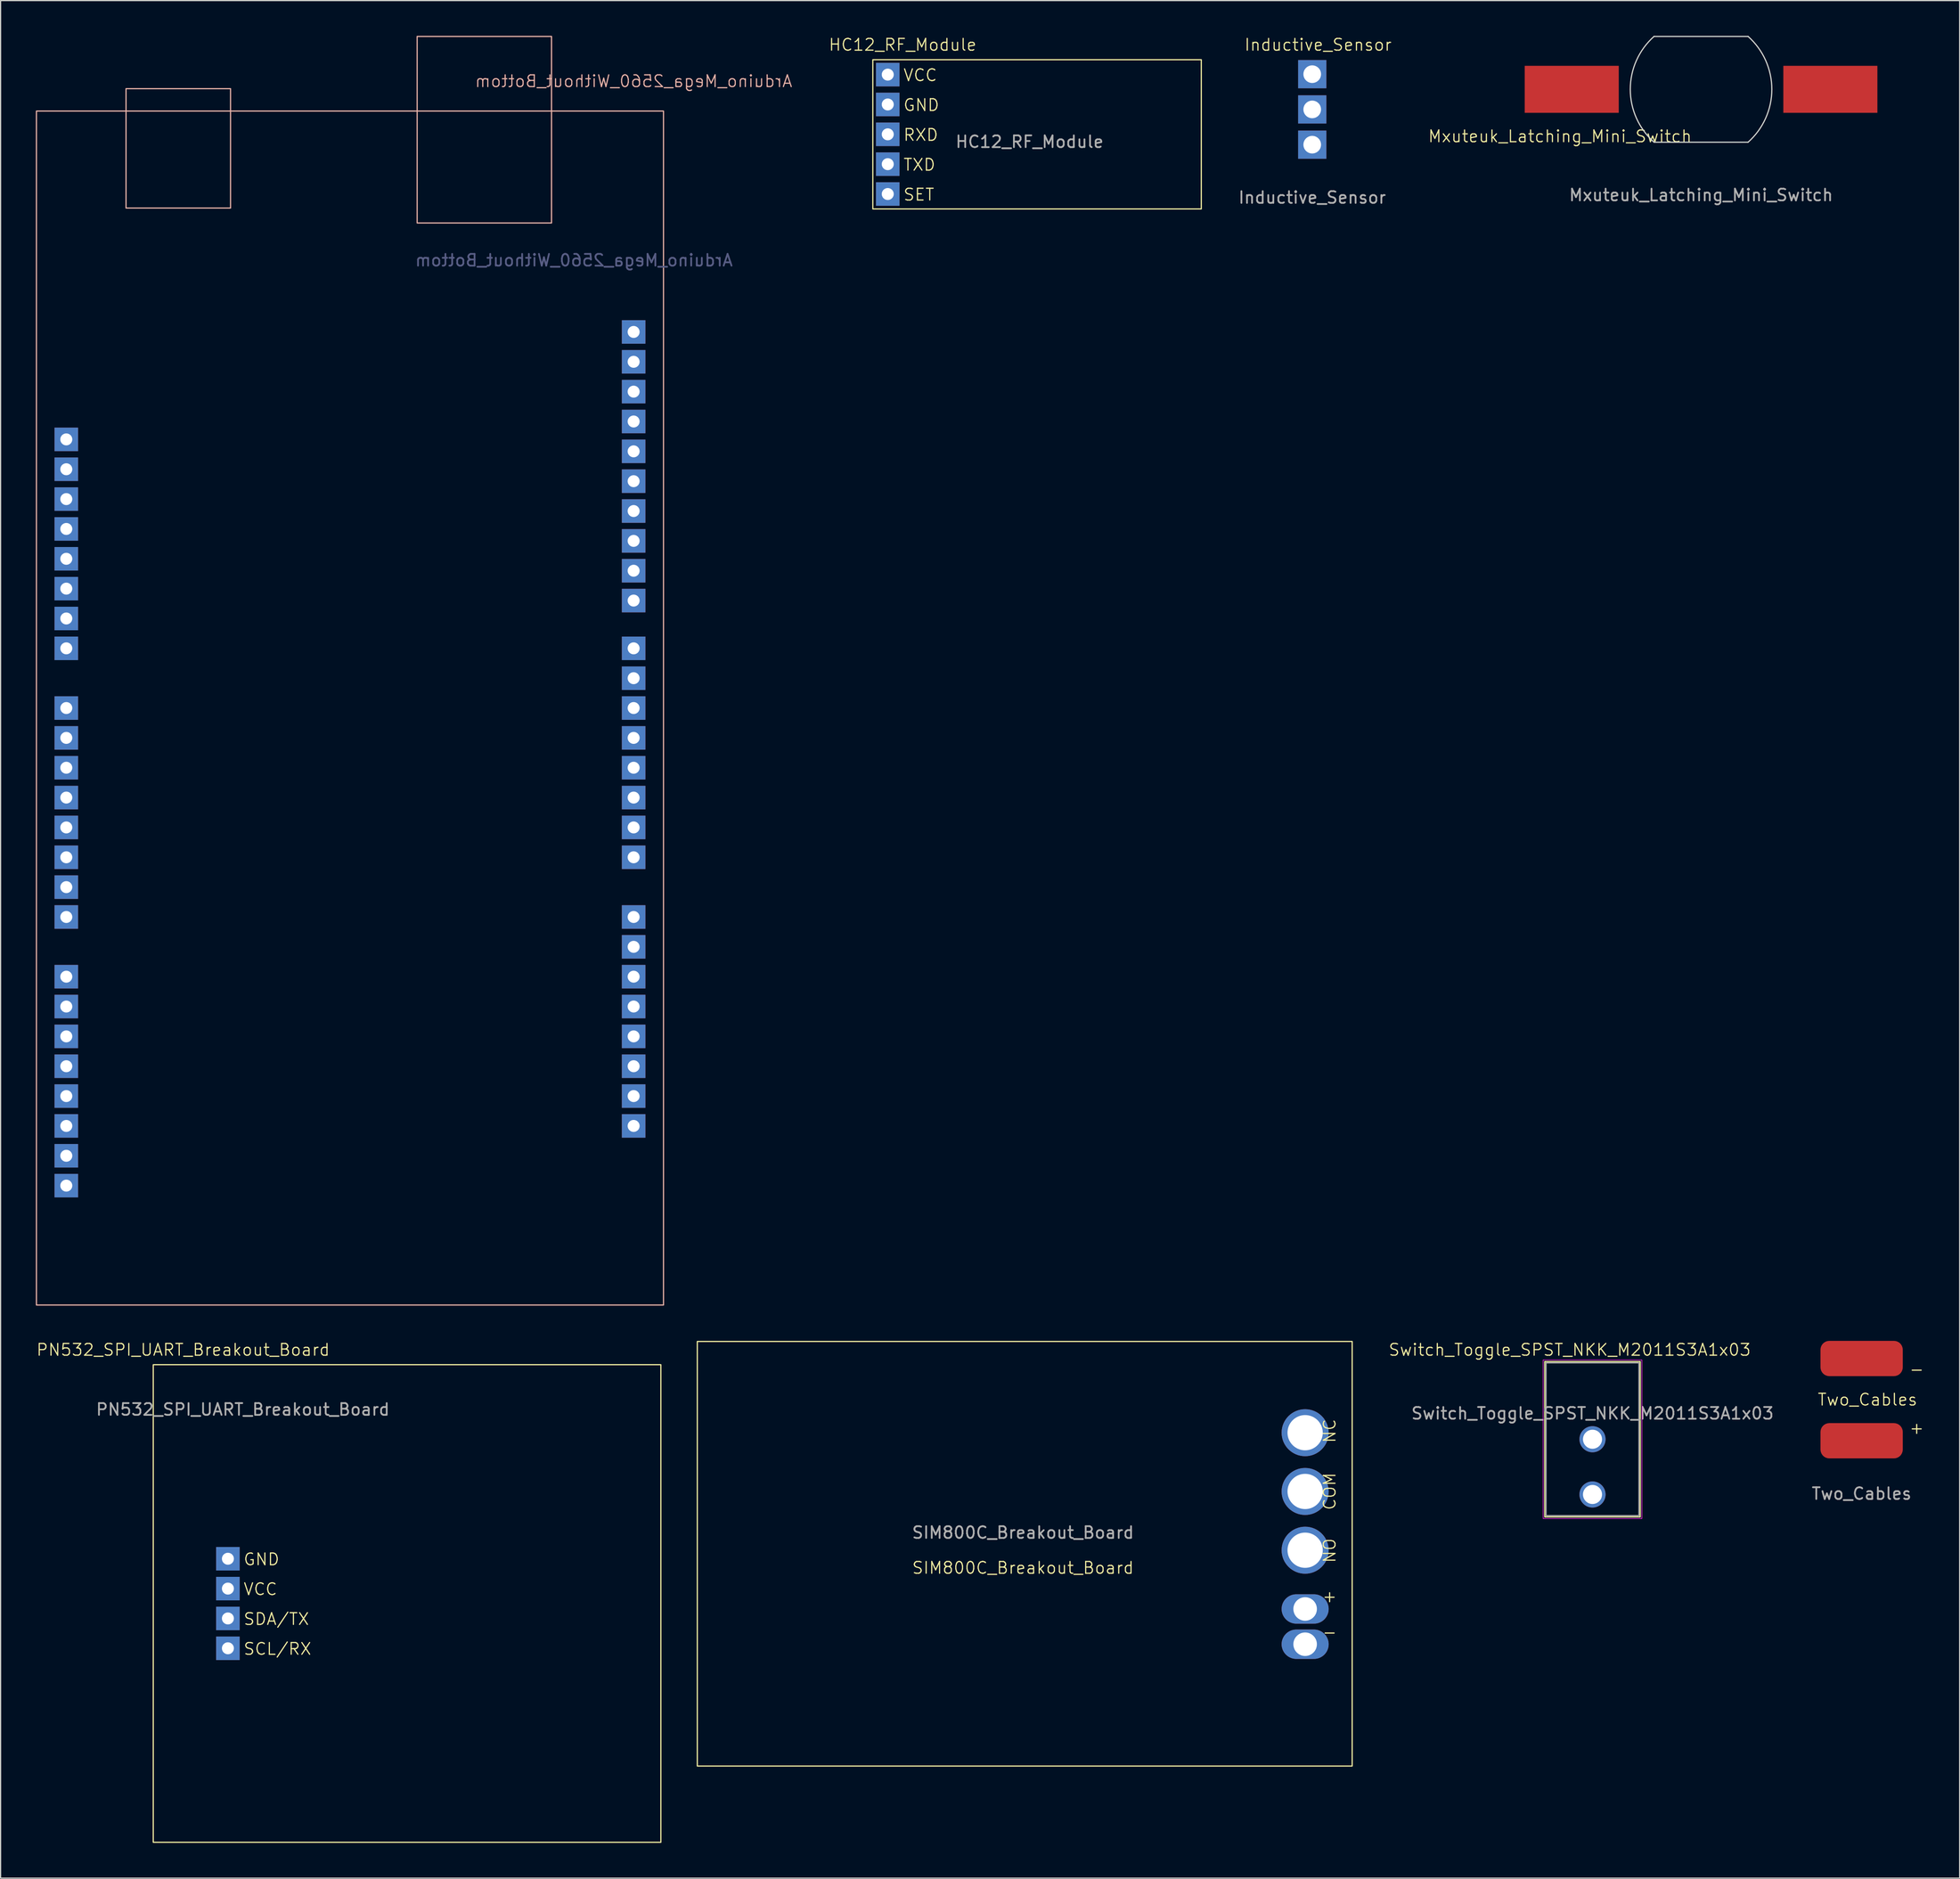
<source format=kicad_pcb>
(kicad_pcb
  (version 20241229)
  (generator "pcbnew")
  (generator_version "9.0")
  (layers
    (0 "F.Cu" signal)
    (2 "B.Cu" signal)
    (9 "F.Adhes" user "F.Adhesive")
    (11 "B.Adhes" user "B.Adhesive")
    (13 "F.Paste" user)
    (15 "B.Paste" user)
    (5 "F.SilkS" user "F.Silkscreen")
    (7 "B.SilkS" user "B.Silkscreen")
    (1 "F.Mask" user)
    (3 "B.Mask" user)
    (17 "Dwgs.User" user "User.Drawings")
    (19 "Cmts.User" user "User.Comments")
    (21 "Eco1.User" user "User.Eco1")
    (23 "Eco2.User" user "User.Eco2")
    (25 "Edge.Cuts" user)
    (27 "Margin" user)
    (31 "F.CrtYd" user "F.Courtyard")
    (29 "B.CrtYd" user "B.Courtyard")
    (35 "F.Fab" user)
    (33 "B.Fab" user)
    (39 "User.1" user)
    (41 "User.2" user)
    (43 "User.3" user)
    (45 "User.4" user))
  (footprint "HC12_RF_Module"
    (layer "F.Cu")
    (at 72.466 3.3)
    (property "Reference" "HC12_RF_Module" (at 1.27 -2.54 0) (unlocked yes) (layer "F.SilkS") (effects (font (size 1 1) (thickness 0.1))))
    (attr through_hole)
    (fp_rect (start -1.27 -1.27) (end 26.67 11.43) (stroke (width 0.1) (type default)) (fill no) (layer "F.SilkS"))
    (fp_text user "RXD" (at 1.27 5.715 0) (unlocked yes) (layer "F.SilkS") (effects (font (size 1 1) (thickness 0.1)) (justify left bottom)))
    (fp_text user "SET" (at 1.27 10.795 0) (unlocked yes) (layer "F.SilkS") (effects (font (size 1 1) (thickness 0.1)) (justify left bottom)))
    (fp_text user "TXD" (at 1.27 8.255 0) (unlocked yes) (layer "F.SilkS") (effects (font (size 1 1) (thickness 0.1)) (justify left bottom)))
    (fp_text user "VCC" (at 1.27 0.635 0) (unlocked yes) (layer "F.SilkS") (effects (font (size 1 1) (thickness 0.1)) (justify left bottom)))
    (fp_text user "GND" (at 1.27 3.175 0) (unlocked yes) (layer "F.SilkS") (effects (font (size 1 1) (thickness 0.1)) (justify left bottom)))
    (fp_text user "${REFERENCE}" (at 12.065 5.715 0) (unlocked yes) (layer "F.Fab") (effects (font (size 1 1) (thickness 0.15))))
    (pad "1" thru_hole rect (at 0 0) (size 2 2) (drill 1.02) (layers "*.Cu" "*.Mask"))
    (pad "2" thru_hole rect (at 0 2.54) (size 2 2) (drill 1.02) (layers "*.Cu" "*.Mask"))
    (pad "3" thru_hole rect (at 0 5.08) (size 2 2) (drill 1.02) (layers "*.Cu" "*.Mask"))
    (pad "4" thru_hole rect (at 0 7.62) (size 2 2) (drill 1.02) (layers "*.Cu" "*.Mask"))
    (pad "5" thru_hole rect (at 0 10.16) (size 2 2) (drill 1.02) (layers "*.Cu" "*.Mask")))
  (footprint "SIM800C_Breakout_Board"
    (layer "F.Cu")
    (at 107.97 136.864)
    (property "Reference" "SIM800C_Breakout_Board" (at -24 -6.5 0) (unlocked yes) (layer "F.SilkS") (effects (font (size 1 1) (thickness 0.1))))
    (attr through_hole)
    (fp_rect (start -51.704 10.366) (end 4 -25.764) (stroke (width 0.1) (type default)) (fill no) (layer "F.SilkS"))
    (fp_text user "NO" (at 2.668 -9.08 90) (unlocked yes) (layer "F.SilkS") (effects (font (size 1 1) (thickness 0.1)) (justify right bottom)))
    (fp_text user "COM" (at 2.668 -14.668 90) (unlocked yes) (layer "F.SilkS") (effects (font (size 1 1) (thickness 0.1)) (justify right bottom)))
    (fp_text user "+" (at 1.398 -3.492 0) (unlocked yes) (layer "F.SilkS") (effects (font (size 1 1) (thickness 0.1)) (justify left bottom)))
    (fp_text user "NC" (at 2.668 -19.24 90) (unlocked yes) (layer "F.SilkS") (effects (font (size 1 1) (thickness 0.1)) (justify right bottom)))
    (fp_text user "-" (at 1.398 -0.444 0) (unlocked yes) (layer "F.SilkS") (effects (font (size 1 1) (thickness 0.1)) (justify left bottom)))
    (fp_text user "${REFERENCE}" (at -24 -9.5 0) (unlocked yes) (layer "F.Fab") (effects (font (size 1 1) (thickness 0.15))))
    (pad "1" thru_hole oval (at 0 0) (size 4 2.5) (drill 2) (layers "*.Cu" "*.Mask"))
    (pad "2" thru_hole oval (at 0 -3) (size 4 2.5) (drill 2) (layers "*.Cu" "*.Mask"))
    (pad "3" thru_hole circle (at 0 -8) (size 4 4) (drill 3) (layers "*.Cu" "*.Mask"))
    (pad "4" thru_hole circle (at 0 -13) (size 4 4) (drill 3) (layers "*.Cu" "*.Mask"))
    (pad "5" thru_hole circle (at 0 -18) (size 4 4) (drill 3) (layers "*.Cu" "*.Mask")))
  (footprint "Arduino_Mega_2560_Without_Bottom"
    (layer "F.Cu")
    (at 2.59 34.34)
    (property "Reference" "Arduino_Mega_2560_Without_Bottom" (at 48.26 -30.48 0) (unlocked yes) (layer "B.SilkS") (effects (font (size 1 1) (thickness 0.1)) (justify mirror)))
    (attr through_hole)
    (fp_rect (start -2.54 -27.94) (end 50.8 73.66) (stroke (width 0.1) (type default)) (fill no) (layer "B.SilkS"))
    (fp_rect (start 5.08 -29.845) (end 13.97 -19.685) (stroke (width 0.1) (type default)) (fill no) (layer "B.SilkS"))
    (fp_rect (start 29.845 -34.29) (end 41.275 -18.415) (stroke (width 0.1) (type default)) (fill no) (layer "B.SilkS"))
    (fp_text user "${REFERENCE}" (at 43.18 -15.24 0) (unlocked yes) (layer "B.Fab") (effects (font (size 1 1) (thickness 0.15)) (justify mirror)))
    (pad "1" thru_hole rect (at 0 0) (size 2 2) (drill 1.02) (layers "*.Cu" "*.Mask"))
    (pad "2" thru_hole rect (at 0 2.54) (size 2 2) (drill 1.02) (layers "*.Cu" "*.Mask"))
    (pad "3" thru_hole rect (at 0 5.08) (size 2 2) (drill 1.02) (layers "*.Cu" "*.Mask"))
    (pad "4" thru_hole rect (at 0 7.62) (size 2 2) (drill 1.02) (layers "*.Cu" "*.Mask"))
    (pad "5" thru_hole rect (at 0 10.16) (size 2 2) (drill 1.02) (layers "*.Cu" "*.Mask"))
    (pad "6" thru_hole rect (at 0 12.7) (size 2 2) (drill 1.02) (layers "*.Cu" "*.Mask"))
    (pad "7" thru_hole rect (at 0 15.24) (size 2 2) (drill 1.02) (layers "*.Cu" "*.Mask"))
    (pad "8" thru_hole rect (at 0 17.78) (size 2 2) (drill 1.02) (layers "*.Cu" "*.Mask"))
    (pad "9" thru_hole rect (at 0 22.86) (size 2 2) (drill 1.02) (layers "*.Cu" "*.Mask"))
    (pad "10" thru_hole rect (at 0 25.4) (size 2 2) (drill 1.02) (layers "*.Cu" "*.Mask"))
    (pad "11" thru_hole rect (at 0 27.94) (size 2 2) (drill 1.02) (layers "*.Cu" "*.Mask"))
    (pad "12" thru_hole rect (at 0 30.48) (size 2 2) (drill 1.02) (layers "*.Cu" "*.Mask"))
    (pad "13" thru_hole rect (at 0 33.02) (size 2 2) (drill 1.02) (layers "*.Cu" "*.Mask"))
    (pad "14" thru_hole rect (at 0 35.56) (size 2 2) (drill 1.02) (layers "*.Cu" "*.Mask"))
    (pad "15" thru_hole rect (at 0 38.1) (size 2 2) (drill 1.02) (layers "*.Cu" "*.Mask"))
    (pad "16" thru_hole rect (at 0 40.64) (size 2 2) (drill 1.02) (layers "*.Cu" "*.Mask"))
    (pad "17" thru_hole rect (at 0 45.72) (size 2 2) (drill 1.02) (layers "*.Cu" "*.Mask"))
    (pad "18" thru_hole rect (at 0 48.26) (size 2 2) (drill 1.02) (layers "*.Cu" "*.Mask"))
    (pad "19" thru_hole rect (at 0 50.8) (size 2 2) (drill 1.02) (layers "*.Cu" "*.Mask"))
    (pad "20" thru_hole rect (at 0 53.34) (size 2 2) (drill 1.02) (layers "*.Cu" "*.Mask"))
    (pad "21" thru_hole rect (at 0 55.88) (size 2 2) (drill 1.02) (layers "*.Cu" "*.Mask"))
    (pad "22" thru_hole rect (at 0 58.42) (size 2 2) (drill 1.02) (layers "*.Cu" "*.Mask"))
    (pad "23" thru_hole rect (at 0 60.96) (size 2 2) (drill 1.02) (layers "*.Cu" "*.Mask"))
    (pad "24" thru_hole rect (at 0 63.5) (size 2 2) (drill 1.02) (layers "*.Cu" "*.Mask"))
    (pad "25" thru_hole rect (at 48.26 -9.144) (size 2 2) (drill 1.02) (layers "*.Cu" "*.Mask"))
    (pad "26" thru_hole rect (at 48.26 -6.604) (size 2 2) (drill 1.02) (layers "*.Cu" "*.Mask"))
    (pad "27" thru_hole rect (at 48.26 -4.064) (size 2 2) (drill 1.02) (layers "*.Cu" "*.Mask"))
    (pad "28" thru_hole rect (at 48.26 -1.524) (size 2 2) (drill 1.02) (layers "*.Cu" "*.Mask"))
    (pad "29" thru_hole rect (at 48.26 1.016) (size 2 2) (drill 1.02) (layers "*.Cu" "*.Mask"))
    (pad "30" thru_hole rect (at 48.26 3.556) (size 2 2) (drill 1.02) (layers "*.Cu" "*.Mask"))
    (pad "31" thru_hole rect (at 48.26 6.096) (size 2 2) (drill 1.02) (layers "*.Cu" "*.Mask"))
    (pad "32" thru_hole rect (at 48.26 8.636) (size 2 2) (drill 1.02) (layers "*.Cu" "*.Mask"))
    (pad "33" thru_hole rect (at 48.26 11.176) (size 2 2) (drill 1.02) (layers "*.Cu" "*.Mask"))
    (pad "34" thru_hole rect (at 48.26 13.716) (size 2 2) (drill 1.02) (layers "*.Cu" "*.Mask"))
    (pad "35" thru_hole rect (at 48.26 17.78) (size 2 2) (drill 1.02) (layers "*.Cu" "*.Mask"))
    (pad "36" thru_hole rect (at 48.26 20.32) (size 2 2) (drill 1.02) (layers "*.Cu" "*.Mask"))
    (pad "37" thru_hole rect (at 48.26 22.86) (size 2 2) (drill 1.02) (layers "*.Cu" "*.Mask"))
    (pad "38" thru_hole rect (at 48.26 25.4) (size 2 2) (drill 1.02) (layers "*.Cu" "*.Mask"))
    (pad "39" thru_hole rect (at 48.26 27.94) (size 2 2) (drill 1.02) (layers "*.Cu" "*.Mask"))
    (pad "40" thru_hole rect (at 48.26 30.48) (size 2 2) (drill 1.02) (layers "*.Cu" "*.Mask"))
    (pad "41" thru_hole rect (at 48.26 33.02) (size 2 2) (drill 1.02) (layers "*.Cu" "*.Mask"))
    (pad "42" thru_hole rect (at 48.26 35.56) (size 2 2) (drill 1.02) (layers "*.Cu" "*.Mask"))
    (pad "43" thru_hole rect (at 48.26 40.64) (size 2 2) (drill 1.02) (layers "*.Cu" "*.Mask"))
    (pad "44" thru_hole rect (at 48.26 43.18) (size 2 2) (drill 1.02) (layers "*.Cu" "*.Mask"))
    (pad "45" thru_hole rect (at 48.26 45.72) (size 2 2) (drill 1.02) (layers "*.Cu" "*.Mask"))
    (pad "46" thru_hole rect (at 48.26 48.26) (size 2 2) (drill 1.02) (layers "*.Cu" "*.Mask"))
    (pad "47" thru_hole rect (at 48.26 50.8) (size 2 2) (drill 1.02) (layers "*.Cu" "*.Mask"))
    (pad "48" thru_hole rect (at 48.26 53.34) (size 2 2) (drill 1.02) (layers "*.Cu" "*.Mask"))
    (pad "49" thru_hole rect (at 48.26 55.88) (size 2 2) (drill 1.02) (layers "*.Cu" "*.Mask"))
    (pad "50" thru_hole rect (at 48.26 58.42) (size 2 2) (drill 1.02) (layers "*.Cu" "*.Mask")))
  (footprint "Inductive_Sensor"
    (layer "F.Cu")
    (at 108.573 11.261)
    (property "Reference" "Inductive_Sensor" (at 0.5 -10.5 0) (unlocked yes) (layer "F.SilkS") (effects (font (size 1 1) (thickness 0.1))))
    (attr through_hole)
    (fp_text user "${REFERENCE}" (at 0 2.5 0) (unlocked yes) (layer "F.Fab") (effects (font (size 1 1) (thickness 0.15))))
    (pad "1" thru_hole rect (at 0 -2) (size 2.4 2.4) (drill 1.5) (layers "*.Cu" "*.Mask"))
    (pad "2" thru_hole rect (at 0 -5) (size 2.4 2.4) (drill 1.5) (layers "*.Cu" "*.Mask"))
    (pad "3" thru_hole rect (at 0 -8) (size 2.4 2.4) (drill 1.5) (layers "*.Cu" "*.Mask")))
  (footprint "Two_Cables"
    (layer "F.Cu")
    (at 155.308 116.55)
    (property "Reference" "Two_Cables" (at 0.5 -0.5 0) (unlocked yes) (layer "F.SilkS") (effects (font (size 1 1) (thickness 0.1))))
    (attr smd)
    (fp_text user "-" (at 4 -2.5 0) (unlocked yes) (layer "F.SilkS") (effects (font (size 1 1) (thickness 0.1)) (justify left bottom)))
    (fp_text user "+" (at 4 2.5 0) (unlocked yes) (layer "F.SilkS") (effects (font (size 1 1) (thickness 0.1)) (justify left bottom)))
    (fp_text user "${REFERENCE}" (at 0 7.5 0) (unlocked yes) (layer "F.Fab") (effects (font (size 1 1) (thickness 0.15))))
    (pad "1" smd roundrect (at 0 -4) (size 7 3) (layers "F.Cu" "F.Mask" "F.Paste") (roundrect_rratio 0.25))
    (pad "2" smd roundrect (at 0 3) (size 7 3) (layers "F.Cu" "F.Mask" "F.Paste") (roundrect_rratio 0.25)))
  (footprint "Switch_Toggle_SPST_NKK_M2011S3A1x03"
    (layer "F.Cu")
    (at 132.415 114.721)
    (property "Reference" "Switch_Toggle_SPST_NKK_M2011S3A1x03" (at -1.94 -2.91 0) (unlocked yes) (layer "F.SilkS") (effects (font (size 1 1) (thickness 0.1))))
    (attr through_hole)
    (fp_rect (start -4.06 -1.91) (end 4.06 11.31) (stroke (width 0.1) (type default)) (fill no) (layer "F.SilkS"))
    (fp_rect (start -4.2 -2.05) (end 4.2 11.45) (stroke (width 0.05) (type default)) (fill no) (layer "F.CrtYd"))
    (fp_rect (start -3.95 -1.8) (end 3.95 11.2) (stroke (width 0.1) (type default)) (fill no) (layer "F.Fab"))
    (fp_text user "${REFERENCE}" (at 0 2.5 0) (unlocked yes) (layer "F.Fab") (effects (font (size 1 1) (thickness 0.15))))
    (pad "2" thru_hole circle (at 0 4.7) (size 2.22 2.22) (drill 1.62) (layers "*.Cu" "*.Mask"))
    (pad "3" thru_hole circle (at 0 9.4) (size 2.22 2.22) (drill 1.62) (layers "*.Cu" "*.Mask")))
  (footprint "Mxuteuk_Latching_Mini_Switch"
    (layer "F.Cu")
    (at 141.649 4.55)
    (property "Reference" "Mxuteuk_Latching_Mini_Switch" (at -12 4 0) (unlocked yes) (layer "F.SilkS") (effects (font (size 1 1) (thickness 0.1))))
    (attr through_hole)
    (fp_line (start -4 -4.5) (end 4 -4.5) (stroke (width 0.1) (type default)) (layer "Edge.Cuts"))
    (fp_line (start -4 4.5) (end 4 4.5) (stroke (width 0.1) (type default)) (layer "Edge.Cuts"))
    (fp_arc (start -4 4.5) (mid -6.020797 0) (end -4 -4.5) (stroke (width 0.1) (type default)) (layer "Edge.Cuts"))
    (fp_arc (start 4 -4.5) (mid 6.020797 0) (end 4 4.5) (stroke (width 0.1) (type default)) (layer "Edge.Cuts"))
    (fp_text user "${REFERENCE}" (at 0 9 0) (unlocked yes) (layer "F.Fab") (effects (font (size 1 1) (thickness 0.15))))
    (pad "1" smd rect (at -11 0) (size 8 4) (layers "F.Cu" "F.Mask" "F.Paste"))
    (pad "2" smd rect (at 11 0) (size 8 4) (layers "F.Cu" "F.Mask" "F.Paste")))
  (footprint "PN532_SPI_UART_Breakout_Board"
    (layer "F.Cu")
    (at 16.336 129.59)
    (property "Reference" "PN532_SPI_UART_Breakout_Board" (at -3.81 -17.78 0) (unlocked yes) (layer "F.SilkS") (effects (font (size 1 1) (thickness 0.1))))
    (attr through_hole)
    (fp_rect (start -6.35 -16.51) (end 36.83 24.13) (stroke (width 0.1) (type default)) (fill no) (layer "F.SilkS"))
    (fp_text user "SDA/TX" (at 1.27 5.715 0) (unlocked yes) (layer "F.SilkS") (effects (font (size 1 1) (thickness 0.1)) (justify left bottom)))
    (fp_text user "VCC" (at 1.27 3.175 0) (unlocked yes) (layer "F.SilkS") (effects (font (size 1 1) (thickness 0.1)) (justify left bottom)))
    (fp_text user "GND" (at 1.27 0.635 0) (unlocked yes) (layer "F.SilkS") (effects (font (size 1 1) (thickness 0.1)) (justify left bottom)))
    (fp_text user "SCL/RX" (at 1.27 8.255 0) (unlocked yes) (layer "F.SilkS") (effects (font (size 1 1) (thickness 0.1)) (justify left bottom)))
    (fp_text user "${REFERENCE}" (at 1.27 -12.7 0) (unlocked yes) (layer "F.Fab") (effects (font (size 1 1) (thickness 0.15))))
    (pad "1" thru_hole rect (at 0 0) (size 2 2) (drill 1.02) (layers "*.Cu" "*.Mask"))
    (pad "2" thru_hole rect (at 0 2.54) (size 2 2) (drill 1.02) (layers "*.Cu" "*.Mask"))
    (pad "3" thru_hole rect (at 0 5.08) (size 2 2) (drill 1.02) (layers "*.Cu" "*.Mask"))
    (pad "4" thru_hole rect (at 0 7.62) (size 2 2) (drill 1.02) (layers "*.Cu" "*.Mask")))
  (gr_rect
    (start -3 -3)
    (end 163.646 156.77)
    (stroke (width 0.1) (type default))
    (fill no)
    (layer "Edge.Cuts")))
</source>
